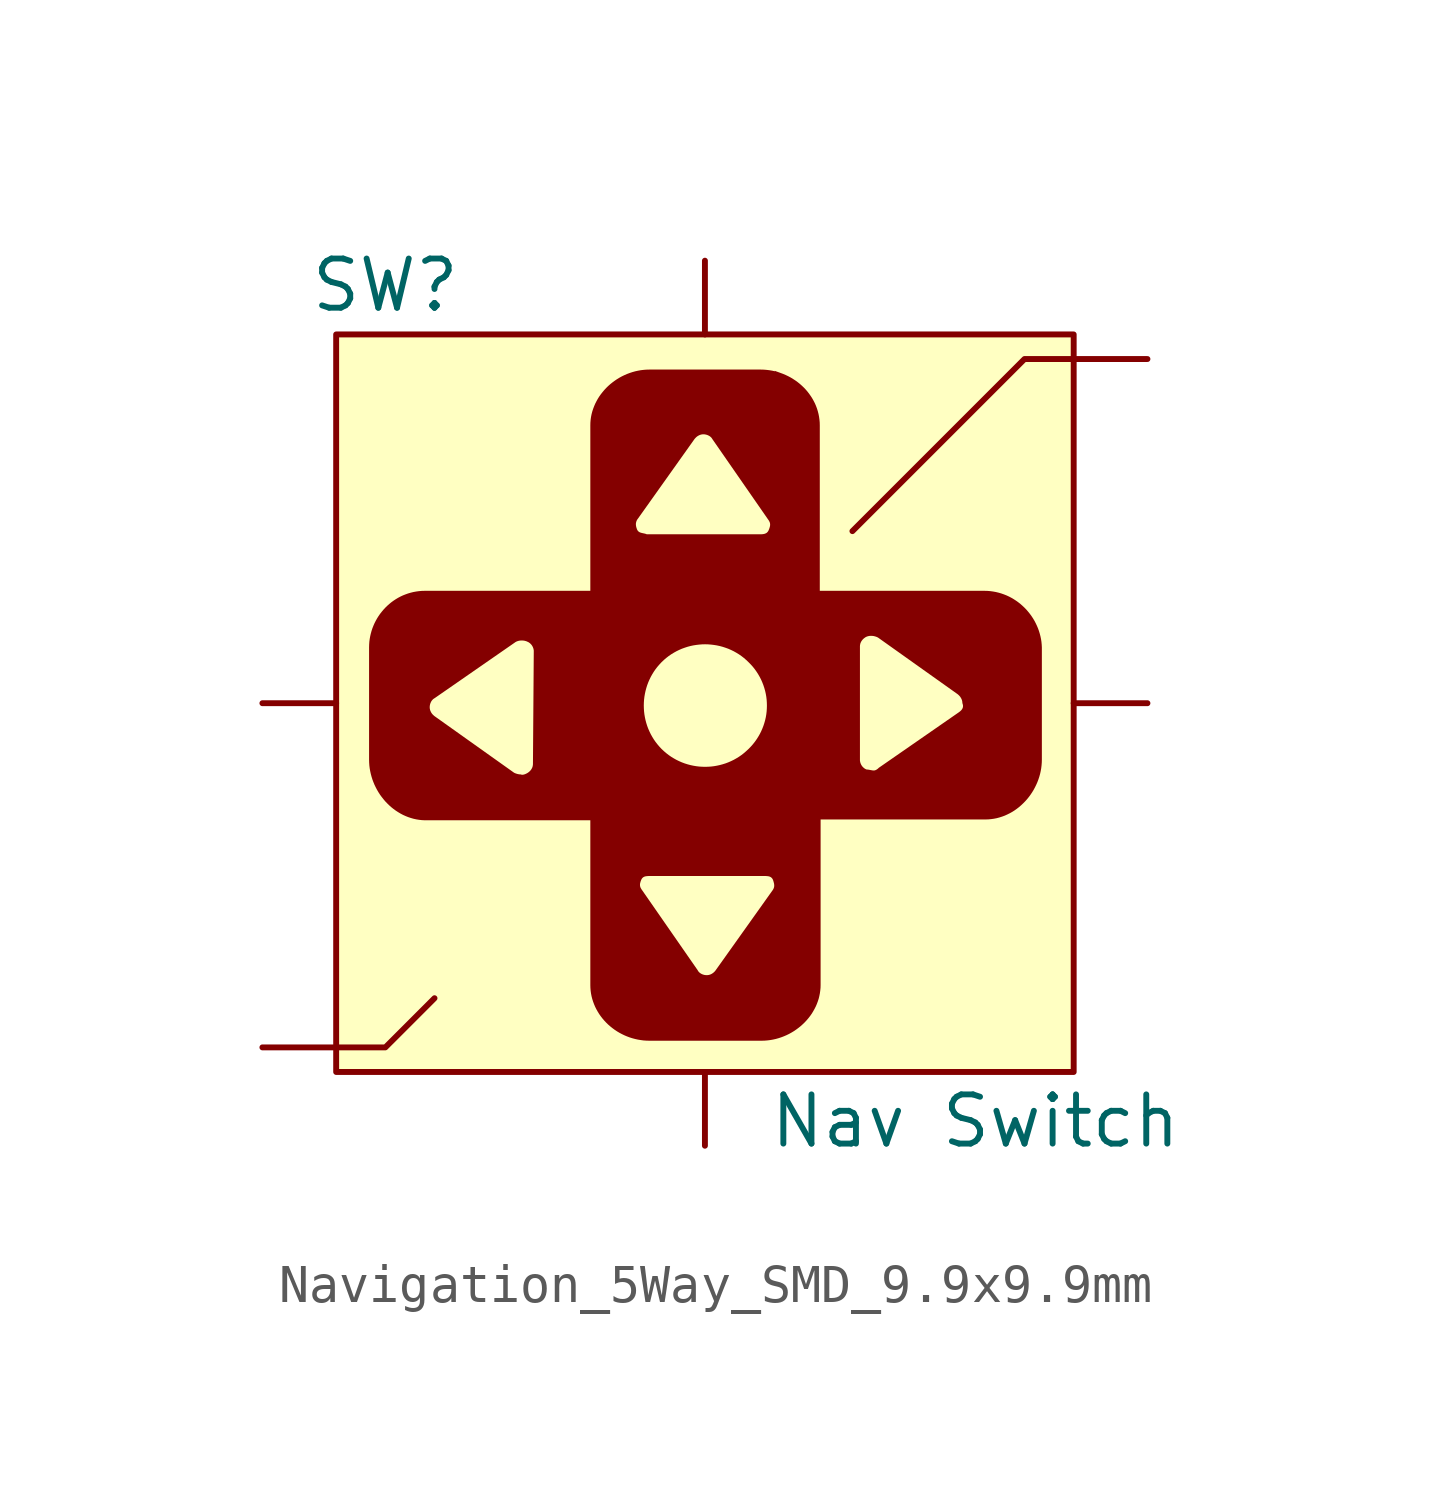
<source format=kicad_sym>
(kicad_symbol_lib
  (version 20231120)
  (generator "kicad_symbol_editor")
  (generator_version "8.0")
  (symbol "Navigation_5Way_SMD_9.9x9.9mm"
    (pin_numbers hide)
    (pin_names
      (offset 0) hide)
    (property "Reference" "SW"
      (at -8.255 10.795 0)
      (effects (font (size 1.27 1.27))))
    (property "Value" "Nav Switch"
      (at 6.985 -10.795 0)
      (effects (font (size 1.27 1.27))))
    (symbol "Navigation_5Way_SMD_9.9x9.9mm_1_0"
      (polyline (pts (xy 1.518 8.616) (xy 1.592 8.61) (xy 1.666 8.601) (xy 1.739 8.589) (xy 1.811 8.573) (xy 1.798 8.587) (xy 1.952 8.531) (xy 2.02 8.506) (xy 2.087 8.477) (xy 2.152 8.446) (xy 2.216 8.412) (xy 2.278 8.374) (xy 2.338 8.335) (xy 2.397 8.292) (xy 2.453 8.247) (xy 2.506 8.2) (xy 2.558 8.15) (xy 2.607 8.098) (xy 2.653 8.044) (xy 2.696 7.987) (xy 2.737 7.929) (xy 2.775 7.869) (xy 2.81 7.806) (xy 2.842 7.743) (xy 2.87 7.677) (xy 2.895 7.61) (xy 2.916 7.541) (xy 2.934 7.471) (xy 2.948 7.4) (xy 2.958 7.327) (xy 2.965 7.253) (xy 2.967 7.178) (xy 2.967 2.903) (xy 7.221 2.903) (xy 7.221 2.903) (xy 7.296 2.901) (xy 7.37 2.895) (xy 7.443 2.885) (xy 7.515 2.872) (xy 7.585 2.855) (xy 7.655 2.835) (xy 7.723 2.811) (xy 7.789 2.785) (xy 7.854 2.755) (xy 7.917 2.722) (xy 7.978 2.686) (xy 8.038 2.647) (xy 8.095 2.606) (xy 8.151 2.562) (xy 8.204 2.515) (xy 8.256 2.466) (xy 8.305 2.415) (xy 8.351 2.361) (xy 8.395 2.306) (xy 8.437 2.248) (xy 8.476 2.189) (xy 8.512 2.128) (xy 8.545 2.065) (xy 8.575 2.001) (xy 8.603 1.935) (xy 8.627 1.868) (xy 8.648 1.799) (xy 8.666 1.73) (xy 8.681 1.659) (xy 8.692 1.588) (xy 8.699 1.515) (xy 8.703 1.442) (xy 8.703 -1.458) (xy 8.701 -1.533) (xy 8.695 -1.608) (xy 8.686 -1.682) (xy 8.673 -1.755) (xy 8.657 -1.827) (xy 8.637 -1.899) (xy 8.614 -1.969) (xy 8.588 -2.038) (xy 8.558 -2.106) (xy 8.526 -2.172) (xy 8.491 -2.237) (xy 8.453 -2.3) (xy 8.412 -2.361) (xy 8.369 -2.42) (xy 8.323 -2.477) (xy 8.274 -2.532) (xy 8.223 -2.584) (xy 8.17 -2.634) (xy 8.115 -2.682) (xy 8.058 -2.726) (xy 7.999 -2.768) (xy 7.938 -2.807) (xy 7.875 -2.842) (xy 7.81 -2.874) (xy 7.744 -2.904) (xy 7.676 -2.929) (xy 7.607 -2.951) (xy 7.536 -2.97) (xy 7.464 -2.984) (xy 7.391 -2.994) (xy 7.317 -3.001) (xy 7.242 -3.003) (xy 2.988 -3.003) (xy 2.988 -7.279) (xy 2.986 -7.352) (xy 2.979 -7.424) (xy 2.969 -7.495) (xy 2.955 -7.565) (xy 2.938 -7.634) (xy 2.916 -7.702) (xy 2.891 -7.769) (xy 2.863 -7.834) (xy 2.831 -7.897) (xy 2.796 -7.959) (xy 2.759 -8.02) (xy 2.718 -8.078) (xy 2.674 -8.135) (xy 2.628 -8.189) (xy 2.579 -8.242) (xy 2.527 -8.292) (xy 2.474 -8.34) (xy 2.418 -8.385) (xy 2.36 -8.428) (xy 2.3 -8.469) (xy 2.237 -8.507) (xy 2.174 -8.542) (xy 2.108 -8.574) (xy 2.041 -8.603) (xy 1.973 -8.629) (xy 1.903 -8.652) (xy 1.832 -8.672) (xy 1.76 -8.688) (xy 1.687 -8.701) (xy 1.613 -8.71) (xy 1.539 -8.716) (xy 1.464 -8.718) (xy -1.436 -8.718) (xy -1.511 -8.716) (xy -1.586 -8.711) (xy -1.659 -8.701) (xy -1.732 -8.689) (xy -1.804 -8.673) (xy -1.875 -8.654) (xy -1.945 -8.632) (xy -2.014 -8.606) (xy -2.08 -8.578) (xy -2.146 -8.546) (xy -2.21 -8.512) (xy -2.272 -8.475) (xy -2.332 -8.435) (xy -2.39 -8.392) (xy -2.446 -8.347) (xy -2.5 -8.3) (xy -2.551 -8.25) (xy -2.6 -8.198) (xy -2.646 -8.144) (xy -2.69 -8.087) (xy -2.731 -8.029) (xy -2.768 -7.969) (xy -2.803 -7.907) (xy -2.835 -7.843) (xy -2.863 -7.777) (xy -2.888 -7.71) (xy -2.91 -7.641) (xy -2.928 -7.571) (xy -2.942 -7.5) (xy -2.952 -7.427) (xy -2.958 -7.353) (xy -2.96 -7.279) (xy -2.96 -4.689) (xy -1.677 -4.689) (xy -1.677 -4.697) (xy -1.677 -4.704) (xy -1.676 -4.712) (xy -1.675 -4.719) (xy -1.674 -4.726) (xy -1.672 -4.734) (xy -1.671 -4.741) (xy -1.668 -4.748) (xy -1.666 -4.755) (xy -1.663 -4.763) (xy -1.656 -4.777) (xy -1.647 -4.792) (xy -1.638 -4.808) (xy -1.627 -4.823) (xy -0.187 -6.897) (xy -0.183 -6.905) (xy -0.179 -6.913) (xy -0.174 -6.92) (xy -0.169 -6.927) (xy -0.163 -6.934) (xy -0.157 -6.941) (xy -0.145 -6.953) (xy -0.132 -6.965) (xy -0.117 -6.975) (xy -0.102 -6.984) (xy -0.087 -6.993) (xy -0.071 -7) (xy -0.054 -7.007) (xy -0.037 -7.012) (xy -0.021 -7.017) (xy -0.004 -7.02) (xy 0.013 -7.022) (xy 0.029 -7.024) (xy 0.045 -7.024) (xy 0.061 -7.024) (xy 0.077 -7.022) (xy 0.093 -7.02) (xy 0.109 -7.017) (xy 0.124 -7.012) (xy 0.14 -7.007) (xy 0.155 -7) (xy 0.17 -6.993) (xy 0.185 -6.984) (xy 0.199 -6.975) (xy 0.213 -6.965) (xy 0.227 -6.953) (xy 0.24 -6.941) (xy 0.254 -6.927) (xy 0.266 -6.913) (xy 0.278 -6.897) (xy 1.739 -4.844) (xy 1.739 -4.844) (xy 1.75 -4.829) (xy 1.76 -4.814) (xy 1.768 -4.798) (xy 1.775 -4.784) (xy 1.78 -4.769) (xy 1.785 -4.754) (xy 1.788 -4.738) (xy 1.789 -4.723) (xy 1.79 -4.707) (xy 1.789 -4.69) (xy 1.787 -4.672) (xy 1.784 -4.654) (xy 1.779 -4.635) (xy 1.774 -4.614) (xy 1.767 -4.592) (xy 1.76 -4.569) (xy 1.756 -4.56) (xy 1.752 -4.551) (xy 1.747 -4.542) (xy 1.742 -4.534) (xy 1.737 -4.527) (xy 1.732 -4.52) (xy 1.726 -4.514) (xy 1.72 -4.508) (xy 1.714 -4.503) (xy 1.708 -4.498) (xy 1.701 -4.493) (xy 1.694 -4.489) (xy 1.687 -4.486) (xy 1.68 -4.482) (xy 1.665 -4.477) (xy 1.648 -4.472) (xy 1.631 -4.469) (xy 1.613 -4.467) (xy 1.593 -4.465) (xy 1.573 -4.464) (xy 1.552 -4.464) (xy 1.506 -4.463) (xy -1.394 -4.463) (xy -1.44 -4.464) (xy -1.461 -4.464) (xy -1.481 -4.465) (xy -1.5 -4.467) (xy -1.519 -4.469) (xy -1.528 -4.471) (xy -1.536 -4.472) (xy -1.544 -4.474) (xy -1.553 -4.477) (xy -1.56 -4.479) (xy -1.568 -4.482) (xy -1.575 -4.486) (xy -1.582 -4.489) (xy -1.589 -4.493) (xy -1.596 -4.498) (xy -1.602 -4.503) (xy -1.608 -4.508) (xy -1.614 -4.514) (xy -1.619 -4.52) (xy -1.625 -4.527) (xy -1.63 -4.534) (xy -1.635 -4.542) (xy -1.639 -4.551) (xy -1.644 -4.56) (xy -1.648 -4.569) (xy -1.655 -4.589) (xy -1.662 -4.607) (xy -1.667 -4.625) (xy -1.671 -4.642) (xy -1.675 -4.658) (xy -1.677 -4.674) (xy -1.677 -4.689) (xy -2.96 -4.689) (xy -2.96 -3.024) (xy -7.236 -3.024) (xy -7.311 -3.02) (xy -7.384 -3.012) (xy -7.457 -3) (xy -7.529 -2.984) (xy -7.598 -2.964) (xy -7.667 -2.941) (xy -7.734 -2.914) (xy -7.8 -2.884) (xy -7.864 -2.85) (xy -7.926 -2.813) (xy -7.986 -2.774) (xy -8.045 -2.731) (xy -8.101 -2.686) (xy -8.155 -2.638) (xy -8.207 -2.587) (xy -8.257 -2.535) (xy -8.304 -2.479) (xy -8.349 -2.422) (xy -8.392 -2.363) (xy -8.432 -2.301) (xy -8.469 -2.238) (xy -8.503 -2.173) (xy -8.535 -2.107) (xy -8.563 -2.039) (xy -8.589 -1.97) (xy -8.611 -1.899) (xy -8.63 -1.828) (xy -8.646 -1.755) (xy -8.659 -1.682) (xy -8.668 -1.608) (xy -8.673 -1.533) (xy -8.675 -1.458) (xy -8.675 -0.103) (xy -7.109 -0.103) (xy -7.108 -0.119) (xy -7.107 -0.135) (xy -7.104 -0.15) (xy -7.101 -0.166) (xy -7.096 -0.182) (xy -7.091 -0.197) (xy -7.084 -0.212) (xy -7.077 -0.227) (xy -7.069 -0.242) (xy -7.059 -0.257) (xy -7.049 -0.271) (xy -7.037 -0.285) (xy -7.025 -0.298) (xy -7.011 -0.311) (xy -6.997 -0.324) (xy -6.982 -0.336) (xy -4.929 -1.796) (xy -4.912 -1.804) (xy -4.893 -1.812) (xy -4.883 -1.815) (xy -4.873 -1.819) (xy -4.863 -1.822) (xy -4.852 -1.825) (xy -4.841 -1.828) (xy -4.83 -1.831) (xy -4.818 -1.833) (xy -4.806 -1.835) (xy -4.795 -1.837) (xy -4.783 -1.838) (xy -4.771 -1.838) (xy -4.759 -1.839) (xy -4.755 -1.841) (xy -4.751 -1.842) (xy -4.747 -1.843) (xy -4.742 -1.845) (xy -4.738 -1.846) (xy -4.734 -1.846) (xy -4.724 -1.847) (xy -4.715 -1.847) (xy -4.705 -1.847) (xy -4.695 -1.846) (xy -4.685 -1.844) (xy -4.675 -1.842) (xy -4.665 -1.839) (xy -4.656 -1.836) (xy -4.646 -1.833) (xy -4.637 -1.829) (xy -4.628 -1.825) (xy -4.619 -1.821) (xy -4.611 -1.817) (xy -4.595 -1.809) (xy -4.58 -1.8) (xy -4.564 -1.789) (xy -4.549 -1.778) (xy -4.534 -1.765) (xy -4.52 -1.752) (xy -4.507 -1.738) (xy -4.495 -1.722) (xy -4.483 -1.706) (xy -4.473 -1.688) (xy -4.464 -1.67) (xy -4.456 -1.651) (xy -4.453 -1.641) (xy -4.45 -1.631) (xy -4.448 -1.62) (xy -4.446 -1.609) (xy -4.444 -1.598) (xy -4.443 -1.587) (xy -4.442 -1.575) (xy -4.442 -1.563) (xy -4.431 -0.061) (xy -1.579 -0.061) (xy -1.577 -0.137) (xy -1.572 -0.213) (xy -1.563 -0.289) (xy -1.55 -0.365) (xy -1.534 -0.44) (xy -1.514 -0.514) (xy -1.491 -0.587) (xy -1.464 -0.659) (xy -1.433 -0.73) (xy -1.399 -0.8) (xy -1.361 -0.868) (xy -1.32 -0.935) (xy -1.275 -1) (xy -1.226 -1.063) (xy -1.174 -1.124) (xy -1.119 -1.183) (xy -1.06 -1.238) (xy -0.999 -1.29) (xy -0.936 -1.339) (xy -0.871 -1.384) (xy -0.804 -1.425) (xy -0.736 -1.463) (xy -0.666 -1.497) (xy -0.595 -1.528) (xy -0.523 -1.555) (xy -0.45 -1.578) (xy -0.376 -1.598) (xy -0.301 -1.614) (xy -0.225 -1.627) (xy -0.149 -1.636) (xy -0.073 -1.641) (xy 0.003 -1.643) (xy 0.08 -1.641) (xy 0.156 -1.636) (xy 0.232 -1.627) (xy 0.307 -1.614) (xy 0.382 -1.598) (xy 0.456 -1.578) (xy 0.53 -1.555) (xy 0.602 -1.528) (xy 0.673 -1.497) (xy 0.743 -1.463) (xy 0.752 -1.458) (xy 4.004 -1.458) (xy 4.004 -1.468) (xy 4.004 -1.478) (xy 4.005 -1.488) (xy 4.007 -1.497) (xy 4.008 -1.507) (xy 4.01 -1.517) (xy 4.013 -1.527) (xy 4.015 -1.536) (xy 4.018 -1.546) (xy 4.022 -1.555) (xy 4.025 -1.564) (xy 4.029 -1.573) (xy 4.034 -1.583) (xy 4.038 -1.591) (xy 4.043 -1.6) (xy 4.049 -1.609) (xy 4.054 -1.617) (xy 4.06 -1.625) (xy 4.066 -1.633) (xy 4.073 -1.641) (xy 4.08 -1.648) (xy 4.087 -1.655) (xy 4.094 -1.662) (xy 4.102 -1.669) (xy 4.11 -1.675) (xy 4.118 -1.682) (xy 4.127 -1.688) (xy 4.135 -1.693) (xy 4.144 -1.698) (xy 4.154 -1.703) (xy 4.163 -1.708) (xy 4.173 -1.712) (xy 4.181 -1.712) (xy 4.191 -1.713) (xy 4.201 -1.714) (xy 4.211 -1.715) (xy 4.233 -1.718) (xy 4.255 -1.722) (xy 4.295 -1.73) (xy 4.311 -1.732) (xy 4.316 -1.733) (xy 4.321 -1.733) (xy 4.327 -1.735) (xy 4.333 -1.736) (xy 4.339 -1.737) (xy 4.345 -1.738) (xy 4.351 -1.738) (xy 4.357 -1.738) (xy 4.363 -1.738) (xy 4.369 -1.738) (xy 4.374 -1.737) (xy 4.38 -1.736) (xy 4.386 -1.735) (xy 4.391 -1.733) (xy 4.397 -1.732) (xy 4.403 -1.73) (xy 4.414 -1.725) (xy 4.425 -1.72) (xy 4.435 -1.714) (xy 4.445 -1.707) (xy 4.455 -1.7) (xy 4.465 -1.693) (xy 4.474 -1.685) (xy 4.482 -1.677) (xy 4.49 -1.669) (xy 6.565 -0.23) (xy 6.565 -0.23) (xy 6.58 -0.218) (xy 6.595 -0.206) (xy 6.608 -0.194) (xy 6.62 -0.182) (xy 6.631 -0.169) (xy 6.64 -0.156) (xy 6.644 -0.15) (xy 6.648 -0.143) (xy 6.652 -0.136) (xy 6.655 -0.129) (xy 6.658 -0.122) (xy 6.66 -0.115) (xy 6.662 -0.108) (xy 6.664 -0.101) (xy 6.665 -0.093) (xy 6.666 -0.085) (xy 6.666 -0.077) (xy 6.666 -0.069) (xy 6.666 -0.061) (xy 6.665 -0.052) (xy 6.663 -0.044) (xy 6.662 -0.035) (xy 6.659 -0.026) (xy 6.657 -0.017) (xy 6.653 -0.007) (xy 6.65 0.003) (xy 6.649 0.019) (xy 6.648 0.035) (xy 6.645 0.05) (xy 6.642 0.066) (xy 6.637 0.082) (xy 6.632 0.097) (xy 6.625 0.112) (xy 6.618 0.127) (xy 6.609 0.142) (xy 6.6 0.156) (xy 6.59 0.171) (xy 6.578 0.184) (xy 6.566 0.198) (xy 6.552 0.211) (xy 6.538 0.224) (xy 6.523 0.236) (xy 4.47 1.696) (xy 4.453 1.704) (xy 4.437 1.711) (xy 4.42 1.718) (xy 4.402 1.723) (xy 4.385 1.728) (xy 4.366 1.733) (xy 4.348 1.736) (xy 4.329 1.738) (xy 4.31 1.74) (xy 4.291 1.74) (xy 4.272 1.74) (xy 4.252 1.738) (xy 4.232 1.735) (xy 4.213 1.73) (xy 4.193 1.725) (xy 4.173 1.717) (xy 4.157 1.709) (xy 4.141 1.7) (xy 4.126 1.689) (xy 4.111 1.678) (xy 4.096 1.665) (xy 4.082 1.652) (xy 4.069 1.637) (xy 4.057 1.622) (xy 4.045 1.606) (xy 4.035 1.588) (xy 4.026 1.57) (xy 4.018 1.551) (xy 4.015 1.541) (xy 4.012 1.53) (xy 4.01 1.52) (xy 4.008 1.509) (xy 4.006 1.498) (xy 4.005 1.487) (xy 4.004 1.475) (xy 4.004 1.463) (xy 4.004 -1.458) (xy 0.752 -1.458) (xy 0.811 -1.425) (xy 0.878 -1.384) (xy 0.943 -1.339) (xy 1.006 -1.29) (xy 1.066 -1.238) (xy 1.125 -1.183) (xy 1.183 -1.124) (xy 1.237 -1.063) (xy 1.287 -1) (xy 1.333 -0.935) (xy 1.376 -0.868) (xy 1.415 -0.8) (xy 1.451 -0.73) (xy 1.482 -0.659) (xy 1.51 -0.587) (xy 1.534 -0.514) (xy 1.555 -0.44) (xy 1.572 -0.365) (xy 1.585 -0.289) (xy 1.594 -0.213) (xy 1.599 -0.137) (xy 1.601 -0.061) (xy 1.599 0.016) (xy 1.594 0.092) (xy 1.585 0.168) (xy 1.572 0.243) (xy 1.555 0.318) (xy 1.534 0.393) (xy 1.51 0.466) (xy 1.482 0.538) (xy 1.451 0.609) (xy 1.415 0.679) (xy 1.376 0.747) (xy 1.333 0.814) (xy 1.287 0.879) (xy 1.237 0.942) (xy 1.183 1.002) (xy 1.125 1.061) (xy 1.066 1.117) (xy 1.006 1.169) (xy 0.943 1.218) (xy 0.878 1.263) (xy 0.811 1.304) (xy 0.743 1.342) (xy 0.673 1.376) (xy 0.602 1.407) (xy 0.53 1.433) (xy 0.456 1.457) (xy 0.382 1.477) (xy 0.307 1.493) (xy 0.232 1.505) (xy 0.156 1.514) (xy 0.08 1.52) (xy 0.003 1.522) (xy -0.073 1.52) (xy -0.149 1.514) (xy -0.225 1.505) (xy -0.301 1.493) (xy -0.376 1.477) (xy -0.45 1.457) (xy -0.523 1.433) (xy -0.595 1.407) (xy -0.666 1.376) (xy -0.736 1.342) (xy -0.804 1.304) (xy -0.871 1.263) (xy -0.936 1.218) (xy -0.999 1.169) (xy -1.06 1.117) (xy -1.119 1.061) (xy -1.174 1.002) (xy -1.226 0.942) (xy -1.275 0.879) (xy -1.32 0.814) (xy -1.361 0.747) (xy -1.399 0.679) (xy -1.433 0.609) (xy -1.464 0.538) (xy -1.491 0.466) (xy -1.514 0.392) (xy -1.534 0.318) (xy -1.55 0.243) (xy -1.563 0.168) (xy -1.572 0.092) (xy -1.577 0.016) (xy -1.579 -0.061) (xy -4.431 -0.061) (xy -4.421 1.336) (xy -4.421 1.346) (xy -4.421 1.356) (xy -4.422 1.366) (xy -4.423 1.376) (xy -4.425 1.386) (xy -4.427 1.395) (xy -4.429 1.405) (xy -4.432 1.415) (xy -4.435 1.424) (xy -4.439 1.434) (xy -4.442 1.443) (xy -4.446 1.452) (xy -4.451 1.461) (xy -4.455 1.47) (xy -4.46 1.479) (xy -4.466 1.487) (xy -4.471 1.496) (xy -4.477 1.504) (xy -4.483 1.512) (xy -4.49 1.519) (xy -4.497 1.527) (xy -4.504 1.534) (xy -4.511 1.541) (xy -4.519 1.548) (xy -4.527 1.554) (xy -4.535 1.56) (xy -4.543 1.566) (xy -4.552 1.572) (xy -4.561 1.577) (xy -4.571 1.582) (xy -4.58 1.586) (xy -4.59 1.59) (xy -4.606 1.598) (xy -4.624 1.604) (xy -4.643 1.609) (xy -4.663 1.614) (xy -4.684 1.617) (xy -4.705 1.619) (xy -4.727 1.62) (xy -4.749 1.619) (xy -4.771 1.618) (xy -4.792 1.615) (xy -4.813 1.611) (xy -4.834 1.605) (xy -4.854 1.598) (xy -4.873 1.59) (xy -4.891 1.58) (xy -4.899 1.575) (xy -4.907 1.569) (xy -6.982 0.13) (xy -6.99 0.126) (xy -6.997 0.121) (xy -7.005 0.116) (xy -7.011 0.111) (xy -7.018 0.106) (xy -7.025 0.1) (xy -7.037 0.087) (xy -7.049 0.074) (xy -7.059 0.06) (xy -7.069 0.045) (xy -7.077 0.029) (xy -7.084 0.013) (xy -7.091 -0.003) (xy -7.096 -0.02) (xy -7.101 -0.037) (xy -7.104 -0.054) (xy -7.107 -0.07) (xy -7.108 -0.087) (xy -7.109 -0.103) (xy -8.675 -0.103) (xy -8.675 1.442) (xy -8.673 1.515) (xy -8.668 1.588) (xy -8.659 1.659) (xy -8.646 1.73) (xy -8.63 1.799) (xy -8.611 1.868) (xy -8.589 1.935) (xy -8.563 2.001) (xy -8.535 2.065) (xy -8.503 2.128) (xy -8.469 2.189) (xy -8.432 2.248) (xy -8.392 2.306) (xy -8.349 2.361) (xy -8.304 2.415) (xy -8.257 2.466) (xy -8.207 2.515) (xy -8.155 2.562) (xy -8.101 2.606) (xy -8.045 2.647) (xy -7.986 2.686) (xy -7.926 2.722) (xy -7.864 2.755) (xy -7.8 2.785) (xy -7.734 2.811) (xy -7.667 2.835) (xy -7.598 2.855) (xy -7.529 2.872) (xy -7.457 2.885) (xy -7.384 2.895) (xy -7.311 2.901) (xy -7.236 2.903) (xy -2.96 2.903) (xy -2.96 4.619) (xy -1.783 4.619) (xy -1.782 4.601) (xy -1.78 4.584) (xy -1.777 4.566) (xy -1.773 4.548) (xy -1.767 4.529) (xy -1.761 4.51) (xy -1.754 4.49) (xy -1.749 4.481) (xy -1.745 4.472) (xy -1.74 4.464) (xy -1.735 4.456) (xy -1.729 4.449) (xy -1.724 4.443) (xy -1.717 4.437) (xy -1.711 4.432) (xy -1.704 4.427) (xy -1.697 4.422) (xy -1.69 4.418) (xy -1.683 4.415) (xy -1.667 4.408) (xy -1.65 4.403) (xy -1.633 4.398) (xy -1.615 4.394) (xy -1.578 4.386) (xy -1.559 4.382) (xy -1.539 4.377) (xy -1.519 4.37) (xy -1.5 4.363) (xy 1.4 4.363) (xy 1.44 4.364) (xy 1.459 4.364) (xy 1.479 4.365) (xy 1.498 4.367) (xy 1.516 4.37) (xy 1.525 4.372) (xy 1.534 4.374) (xy 1.543 4.376) (xy 1.551 4.379) (xy 1.559 4.382) (xy 1.568 4.386) (xy 1.575 4.39) (xy 1.583 4.394) (xy 1.591 4.399) (xy 1.598 4.404) (xy 1.605 4.41) (xy 1.612 4.417) (xy 1.618 4.424) (xy 1.624 4.431) (xy 1.63 4.439) (xy 1.635 4.448) (xy 1.641 4.458) (xy 1.646 4.468) (xy 1.65 4.479) (xy 1.654 4.49) (xy 1.662 4.51) (xy 1.668 4.528) (xy 1.673 4.546) (xy 1.678 4.563) (xy 1.681 4.579) (xy 1.683 4.595) (xy 1.684 4.61) (xy 1.684 4.618) (xy 1.683 4.625) (xy 1.683 4.633) (xy 1.682 4.64) (xy 1.681 4.647) (xy 1.679 4.654) (xy 1.677 4.662) (xy 1.675 4.669) (xy 1.672 4.676) (xy 1.669 4.684) (xy 1.662 4.698) (xy 1.654 4.713) (xy 1.644 4.729) (xy 1.633 4.744) (xy 0.194 6.819) (xy 0.19 6.826) (xy 0.185 6.834) (xy 0.18 6.841) (xy 0.175 6.848) (xy 0.17 6.855) (xy 0.164 6.862) (xy 0.151 6.874) (xy 0.138 6.886) (xy 0.124 6.896) (xy 0.109 6.905) (xy 0.093 6.914) (xy 0.077 6.921) (xy 0.061 6.928) (xy 0.044 6.933) (xy 0.027 6.938) (xy 0.01 6.941) (xy -0.006 6.944) (xy -0.023 6.945) (xy -0.039 6.946) (xy -0.055 6.945) (xy -0.071 6.944) (xy -0.087 6.941) (xy -0.102 6.938) (xy -0.118 6.933) (xy -0.133 6.928) (xy -0.148 6.921) (xy -0.163 6.914) (xy -0.178 6.905) (xy -0.193 6.896) (xy -0.207 6.886) (xy -0.221 6.874) (xy -0.234 6.862) (xy -0.247 6.848) (xy -0.26 6.834) (xy -0.272 6.819) (xy -1.732 4.765) (xy -1.744 4.75) (xy -1.753 4.734) (xy -1.762 4.718) (xy -1.768 4.702) (xy -1.774 4.685) (xy -1.778 4.669) (xy -1.781 4.652) (xy -1.783 4.636) (xy -1.783 4.619) (xy -2.96 4.619) (xy -2.96 7.178) (xy -2.958 7.251) (xy -2.952 7.324) (xy -2.942 7.395) (xy -2.928 7.465) (xy -2.91 7.534) (xy -2.888 7.602) (xy -2.863 7.668) (xy -2.835 7.734) (xy -2.803 7.797) (xy -2.769 7.859) (xy -2.731 7.92) (xy -2.69 7.978) (xy -2.646 8.034) (xy -2.6 8.089) (xy -2.551 8.142) (xy -2.5 8.192) (xy -2.446 8.24) (xy -2.39 8.285) (xy -2.332 8.328) (xy -2.272 8.369) (xy -2.21 8.407) (xy -2.146 8.442) (xy -2.08 8.474) (xy -2.014 8.503) (xy -1.945 8.529) (xy -1.875 8.552) (xy -1.804 8.572) (xy -1.732 8.588) (xy -1.659 8.601) (xy -1.586 8.61) (xy -1.511 8.616) (xy -1.436 8.618) (xy 1.443 8.618) (xy 1.518 8.616)) (stroke (width -0.0001) (type solid)) (fill (type outline))))
    (symbol "Navigation_5Way_SMD_9.9x9.9mm_1_1"
      (rectangle (start -9.525 9.525) (end 9.525 -9.525) (stroke (width 0) (type default)) (fill (type background)))
      (polyline (pts (xy -6.985 -7.62) (xy -8.255 -8.89) (xy -9.525 -8.89)) (stroke (width 0) (type default)) (fill (type none)))
      (polyline (pts (xy 3.81 4.445) (xy 8.255 8.89) (xy 9.525 8.89)) (stroke (width 0) (type default)) (fill (type none)))
      (pin passive line (at 0 11.43 270) (length 1.905) (name "Up" (effects (font (size 1.27 1.27)))) (number "1" (effects (font (size 1.27 1.27)))))
      (pin passive line (at -11.43 -8.89 0) (length 1.905) (name "GND" (effects (font (size 1.27 1.27)))) (number "10" (effects (font (size 1.27 1.27)))))
      (pin passive line (at 11.43 0 180) (length 1.905) (name "Right" (effects (font (size 1.27 1.27)))) (number "2" (effects (font (size 1.27 1.27)))))
      (pin passive line (at -11.43 -8.89 0) (length 1.905) hide (name "GND" (effects (font (size 1.27 1.27)))) (number "3" (effects (font (size 1.27 1.27)))))
      (pin passive line (at 11.43 8.89 180) (length 1.905) (name "Center" (effects (font (size 1.27 1.27)))) (number "4" (effects (font (size 1.27 1.27)))))
      (pin passive line (at 0 -11.43 90) (length 1.905) (name "Down" (effects (font (size 1.27 1.27)))) (number "5" (effects (font (size 1.27 1.27)))))
      (pin passive line (at -11.43 -8.89 0) (length 1.905) hide (name "GND" (effects (font (size 1.27 1.27)))) (number "6" (effects (font (size 1.27 1.27)))))
      (pin passive line (at -11.43 0 0) (length 1.905) (name "Left" (effects (font (size 1.27 1.27)))) (number "7" (effects (font (size 1.27 1.27)))))
      (pin passive line (at -11.43 -8.89 0) (length 1.905) hide (name "GND" (effects (font (size 1.27 1.27)))) (number "8" (effects (font (size 1.27 1.27)))))
      (pin passive line (at -11.43 -8.89 0) (length 1.905) hide (name "GND" (effects (font (size 1.27 1.27)))) (number "9" (effects (font (size 1.27 1.27))))))))
</source>
